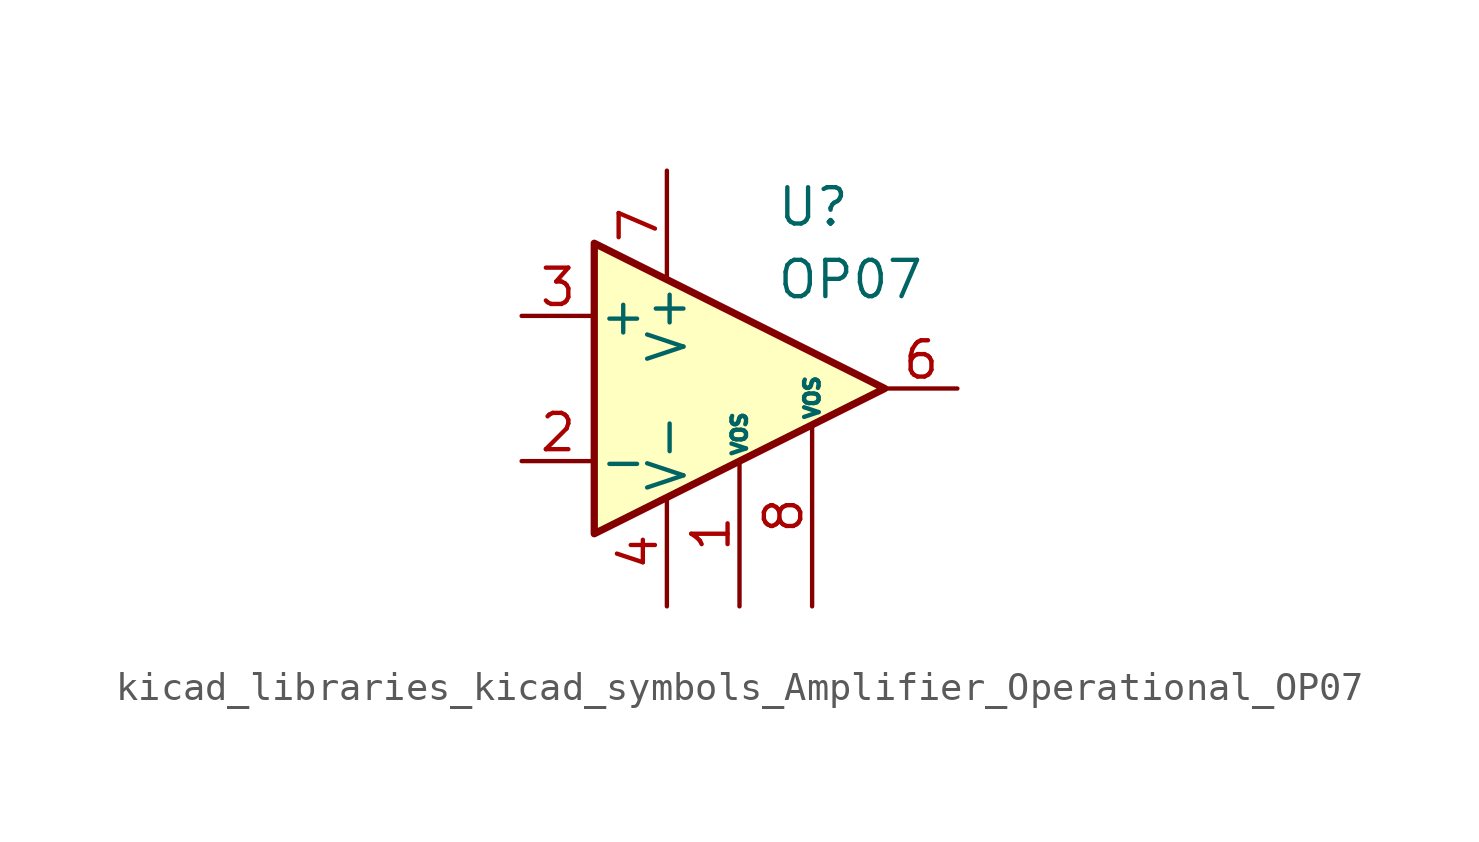
<source format=kicad_sym>
(kicad_symbol_lib
  (version 20220914)
  (generator kicad_symbol_editor)
  (symbol "kicad_libraries_kicad_symbols_Amplifier_Operational_OP07"
    (pin_names
      (offset 0.127))
    (property "Reference" "U"
      (at 1.27 6.35 0)
      (effects (font (size 1.27 1.27)) (justify left)))
    (property "Value" "OP07"
      (at 1.27 3.81 0)
      (effects (font (size 1.27 1.27)) (justify left)))
    (symbol "kicad_libraries_kicad_symbols_Amplifier_Operational_OP07_0_1"
      (polyline (pts (xy -5.08 5.08) (xy 5.08 0) (xy -5.08 -5.08) (xy -5.08 5.08)) (stroke (width 0.254) (type default)) (fill (type background))))
    (symbol "kicad_libraries_kicad_symbols_Amplifier_Operational_OP07_1_1"
      (pin input line (at 0 -7.62 90) (length 5.08) (name "VOS" (effects (font (size 0.508 0.508)))) (number "1" (effects (font (size 1.27 1.27)))))
      (pin input line (at -7.62 -2.54 0) (length 2.54) (name "-" (effects (font (size 1.27 1.27)))) (number "2" (effects (font (size 1.27 1.27)))))
      (pin input line (at -7.62 2.54 0) (length 2.54) (name "+" (effects (font (size 1.27 1.27)))) (number "3" (effects (font (size 1.27 1.27)))))
      (pin power_in line (at -2.54 -7.62 90) (length 3.81) (name "V-" (effects (font (size 1.27 1.27)))) (number "4" (effects (font (size 1.27 1.27)))))
      (pin no_connect line (at 0 2.54 270) (length 2.54) hide (name "NC" (effects (font (size 1.27 1.27)))) (number "5" (effects (font (size 1.27 1.27)))))
      (pin output line (at 7.62 0 180) (length 2.54) (name "~" (effects (font (size 1.27 1.27)))) (number "6" (effects (font (size 1.27 1.27)))))
      (pin power_in line (at -2.54 7.62 270) (length 3.81) (name "V+" (effects (font (size 1.27 1.27)))) (number "7" (effects (font (size 1.27 1.27)))))
      (pin input line (at 2.54 -7.62 90) (length 6.35) (name "VOS" (effects (font (size 0.508 0.508)))) (number "8" (effects (font (size 1.27 1.27))))))))
</source>
